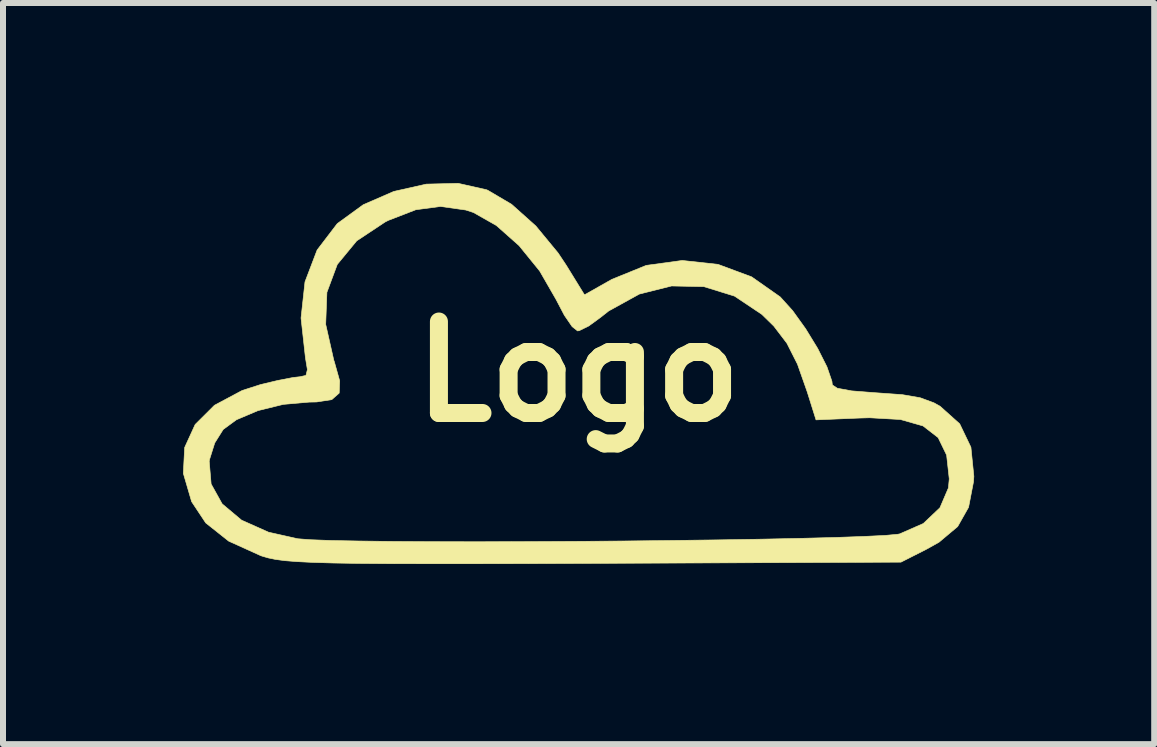
<source format=kicad_pcb>
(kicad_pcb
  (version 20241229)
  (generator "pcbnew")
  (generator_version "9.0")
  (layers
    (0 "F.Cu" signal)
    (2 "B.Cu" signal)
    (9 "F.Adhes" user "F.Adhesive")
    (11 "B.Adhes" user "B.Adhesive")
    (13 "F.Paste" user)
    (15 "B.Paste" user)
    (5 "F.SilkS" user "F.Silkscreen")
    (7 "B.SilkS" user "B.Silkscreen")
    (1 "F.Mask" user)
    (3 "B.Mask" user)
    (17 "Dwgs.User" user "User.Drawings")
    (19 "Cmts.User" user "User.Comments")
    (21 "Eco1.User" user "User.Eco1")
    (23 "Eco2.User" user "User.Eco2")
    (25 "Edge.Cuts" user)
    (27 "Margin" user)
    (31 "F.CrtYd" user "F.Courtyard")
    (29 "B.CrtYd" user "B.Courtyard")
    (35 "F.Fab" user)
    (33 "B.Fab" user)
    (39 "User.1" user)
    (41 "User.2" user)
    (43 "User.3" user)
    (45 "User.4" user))
  (footprint "Logo"
    (layer "F.Cu")
    (at 6.586 3.142)
    (property "Reference" "Logo" (at 0 0 0) (layer "F.SilkS") (effects (font (size 1.524 1.524) (thickness 0.3))))
    (attr through_hole)
    (fp_poly (pts (xy -1.531 -3.031) (xy -1.509 -3.022) (xy -1.112 -2.788) (xy -0.708 -2.427) (xy -0.337 -1.977) (xy -0.2 -1.771) (xy 0.103 -1.279) (xy 0.559 -1.537) (xy 1.132 -1.77) (xy 1.732 -1.852) (xy 2.328 -1.787) (xy 2.888 -1.579) (xy 3.364 -1.245) (xy 3.571 -1.016) (xy 3.788 -0.714) (xy 3.988 -0.387) (xy 4.143 -0.08) (xy 4.226 0.161) (xy 4.233 0.222) (xy 4.316 0.277) (xy 4.554 0.321) (xy 4.936 0.351) (xy 4.979 0.354) (xy 5.399 0.384) (xy 5.698 0.436) (xy 5.926 0.52) (xy 6.028 0.577) (xy 6.355 0.87) (xy 6.542 1.26) (xy 6.591 1.745) (xy 6.585 1.836) (xy 6.503 2.26) (xy 6.321 2.582) (xy 6.01 2.843) (xy 5.795 2.963) (xy 5.376 3.175) (xy 0.254 3.195) (xy -0.814 3.199) (xy -1.726 3.201) (xy -2.496 3.201) (xy -3.137 3.2) (xy -3.664 3.196) (xy -4.089 3.189) (xy -4.426 3.179) (xy -4.689 3.166) (xy -4.891 3.15) (xy -5.047 3.129) (xy -5.168 3.104) (xy -5.27 3.074) (xy -5.293 3.066) (xy -5.825 2.825) (xy -6.208 2.521) (xy -6.443 2.167) (xy -6.581 1.696) (xy -6.571 1.495) (xy -6.15 1.495) (xy -6.118 1.873) (xy -5.934 2.204) (xy -5.611 2.475) (xy -5.161 2.676) (xy -4.674 2.785) (xy -4.47 2.801) (xy -4.122 2.814) (xy -3.649 2.823) (xy -3.071 2.83) (xy -2.406 2.834) (xy -1.674 2.835) (xy -0.894 2.833) (xy -0.085 2.829) (xy 0.733 2.823) (xy 1.542 2.814) (xy 2.322 2.804) (xy 3.054 2.792) (xy 3.719 2.778) (xy 4.297 2.763) (xy 4.77 2.746) (xy 5.119 2.729) (xy 5.323 2.71) (xy 5.355 2.704) (xy 5.749 2.531) (xy 6.026 2.268) (xy 6.167 1.938) (xy 6.181 1.788) (xy 6.137 1.391) (xy 5.996 1.1) (xy 5.744 0.905) (xy 5.368 0.798) (xy 4.854 0.769) (xy 4.679 0.774) (xy 3.961 0.804) (xy 3.815 0.339) (xy 3.652 -0.124) (xy 3.476 -0.472) (xy 3.258 -0.758) (xy 3.059 -0.953) (xy 2.603 -1.258) (xy 2.092 -1.416) (xy 1.554 -1.427) (xy 1.017 -1.292) (xy 0.507 -1.011) (xy 0.369 -0.902) (xy 0.174 -0.76) (xy 0.017 -0.683) (xy -0.012 -0.678) (xy -0.103 -0.75) (xy -0.232 -0.938) (xy -0.37 -1.201) (xy -0.371 -1.203) (xy -0.644 -1.677) (xy -0.987 -2.099) (xy -1.366 -2.435) (xy -1.747 -2.651) (xy -1.877 -2.693) (xy -2.298 -2.752) (xy -2.708 -2.697) (xy -3.163 -2.521) (xy -3.217 -2.494) (xy -3.692 -2.179) (xy -4.016 -1.786) (xy -4.189 -1.321) (xy -4.209 -0.787) (xy -4.074 -0.189) (xy -4.067 -0.17) (xy -3.976 0.154) (xy -3.984 0.358) (xy -4.108 0.467) (xy -4.363 0.506) (xy -4.482 0.508) (xy -4.915 0.546) (xy -5.338 0.65) (xy -5.696 0.802) (xy -5.917 0.964) (xy -6.058 1.189) (xy -6.145 1.465) (xy -6.15 1.495) (xy -6.571 1.495) (xy -6.559 1.264) (xy -6.384 0.881) (xy -6.063 0.561) (xy -5.602 0.315) (xy -5.292 0.215) (xy -4.997 0.145) (xy -4.752 0.098) (xy -4.635 0.085) (xy -4.538 0.063) (xy -4.514 -0.033) (xy -4.547 -0.233) (xy -4.62 -0.893) (xy -4.554 -1.496) (xy -4.352 -2.026) (xy -4.02 -2.461) (xy -4.008 -2.472) (xy -3.583 -2.781) (xy -3.075 -3.002) (xy -2.533 -3.124) (xy -2.002 -3.137) (xy -1.531 -3.031)) (stroke (width 0.01) (type solid)) (fill yes) (layer "F.SilkS")))
  (gr_rect
    (start -3 -3)
    (end 16.182 9.349)
    (stroke (width 0.1) (type default))
    (fill no)
    (layer "Edge.Cuts")))
</source>
